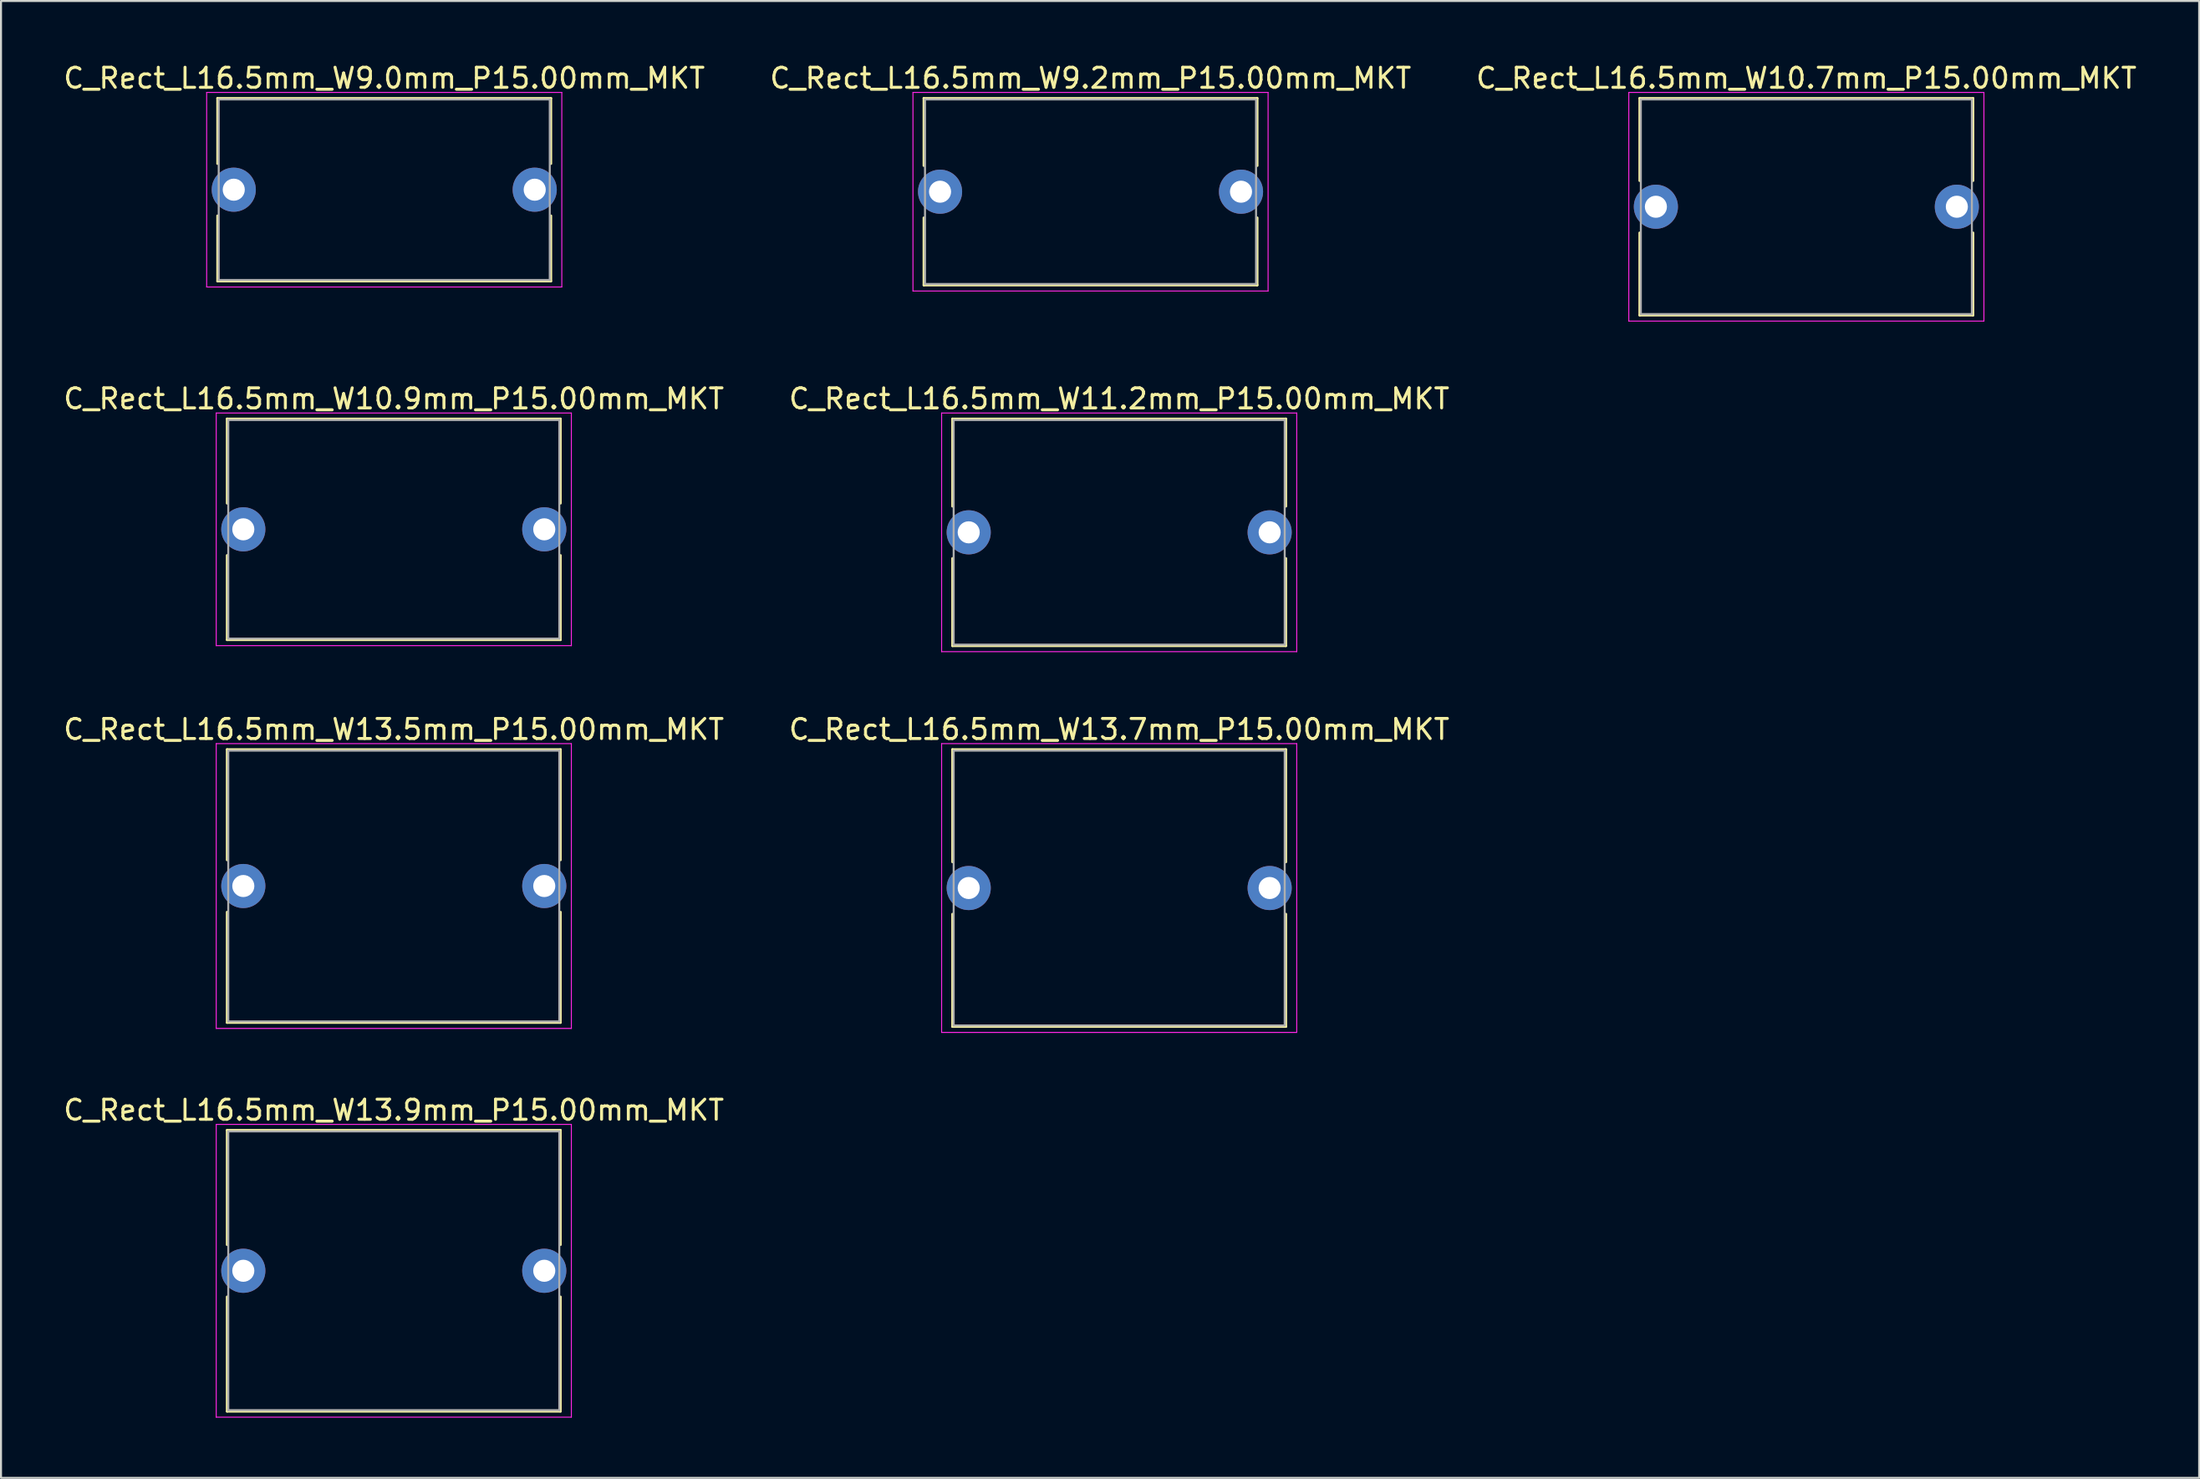
<source format=kicad_pcb>
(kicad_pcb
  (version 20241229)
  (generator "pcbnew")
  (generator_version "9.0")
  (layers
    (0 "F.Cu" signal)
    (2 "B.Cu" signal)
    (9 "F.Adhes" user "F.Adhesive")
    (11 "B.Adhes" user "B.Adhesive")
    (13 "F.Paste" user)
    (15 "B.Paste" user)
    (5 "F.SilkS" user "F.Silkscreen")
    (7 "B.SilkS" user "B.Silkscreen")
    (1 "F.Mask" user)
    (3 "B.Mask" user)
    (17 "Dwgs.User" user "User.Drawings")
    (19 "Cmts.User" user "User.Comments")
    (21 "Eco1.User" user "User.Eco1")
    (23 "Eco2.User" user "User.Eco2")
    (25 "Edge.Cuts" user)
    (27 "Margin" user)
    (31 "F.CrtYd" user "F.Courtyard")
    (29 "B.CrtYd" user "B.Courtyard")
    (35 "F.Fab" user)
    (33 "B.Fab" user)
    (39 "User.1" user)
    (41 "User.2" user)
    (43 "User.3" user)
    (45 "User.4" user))
  (footprint "C_Rect_L16.5mm_W13.9mm_P15.00mm_MKT"
    (layer "F.Cu")
    (at 9.077 60.308)
    (property "Reference" "C_Rect_L16.5mm_W13.9mm_P15.00mm_MKT" (at 7.5 -8.01 0) (layer "F.SilkS") (effects (font (size 1 1) (thickness 0.15))))
    (attr through_hole)
    (fp_line (start -0.81 -7.01) (end -0.81 -1.296) (stroke (width 0.12) (type solid)) (layer "F.SilkS"))
    (fp_line (start -0.81 -7.01) (end 15.81 -7.01) (stroke (width 0.12) (type solid)) (layer "F.SilkS"))
    (fp_line (start -0.81 1.296) (end -0.81 7.01) (stroke (width 0.12) (type solid)) (layer "F.SilkS"))
    (fp_line (start -0.81 7.01) (end 15.81 7.01) (stroke (width 0.12) (type solid)) (layer "F.SilkS"))
    (fp_line (start 15.81 -7.01) (end 15.81 -1.296) (stroke (width 0.12) (type solid)) (layer "F.SilkS"))
    (fp_line (start 15.81 1.296) (end 15.81 7.01) (stroke (width 0.12) (type solid)) (layer "F.SilkS"))
    (fp_line (start -1.35 -7.3) (end -1.35 7.3) (stroke (width 0.05) (type solid)) (layer "F.CrtYd"))
    (fp_line (start -1.35 7.3) (end 16.35 7.3) (stroke (width 0.05) (type solid)) (layer "F.CrtYd"))
    (fp_line (start 16.35 -7.3) (end -1.35 -7.3) (stroke (width 0.05) (type solid)) (layer "F.CrtYd"))
    (fp_line (start 16.35 7.3) (end 16.35 -7.3) (stroke (width 0.05) (type solid)) (layer "F.CrtYd"))
    (fp_line (start -0.75 -6.95) (end -0.75 6.95) (stroke (width 0.1) (type solid)) (layer "F.Fab"))
    (fp_line (start -0.75 6.95) (end 15.75 6.95) (stroke (width 0.1) (type solid)) (layer "F.Fab"))
    (fp_line (start 15.75 -6.95) (end -0.75 -6.95) (stroke (width 0.1) (type solid)) (layer "F.Fab"))
    (fp_line (start 15.75 6.95) (end 15.75 -6.95) (stroke (width 0.1) (type solid)) (layer "F.Fab"))
    (pad "1" thru_hole circle (at 0 0) (size 2.2 2.2) (drill 1.1) (layers "*.Cu" "*.Mask"))
    (pad "2" thru_hole circle (at 15 0) (size 2.2 2.2) (drill 1.1) (layers "*.Cu" "*.Mask")))
  (footprint "C_Rect_L16.5mm_W11.2mm_P15.00mm_MKT"
    (layer "F.Cu")
    (at 45.232 23.491)
    (property "Reference" "C_Rect_L16.5mm_W11.2mm_P15.00mm_MKT" (at 7.5 -6.66 0) (layer "F.SilkS") (effects (font (size 1 1) (thickness 0.15))))
    (attr through_hole)
    (fp_line (start -0.81 -5.66) (end -0.81 -1.296) (stroke (width 0.12) (type solid)) (layer "F.SilkS"))
    (fp_line (start -0.81 -5.66) (end 15.81 -5.66) (stroke (width 0.12) (type solid)) (layer "F.SilkS"))
    (fp_line (start -0.81 1.296) (end -0.81 5.66) (stroke (width 0.12) (type solid)) (layer "F.SilkS"))
    (fp_line (start -0.81 5.66) (end 15.81 5.66) (stroke (width 0.12) (type solid)) (layer "F.SilkS"))
    (fp_line (start 15.81 -5.66) (end 15.81 -1.296) (stroke (width 0.12) (type solid)) (layer "F.SilkS"))
    (fp_line (start 15.81 1.296) (end 15.81 5.66) (stroke (width 0.12) (type solid)) (layer "F.SilkS"))
    (fp_line (start -1.35 -5.95) (end -1.35 5.95) (stroke (width 0.05) (type solid)) (layer "F.CrtYd"))
    (fp_line (start -1.35 5.95) (end 16.35 5.95) (stroke (width 0.05) (type solid)) (layer "F.CrtYd"))
    (fp_line (start 16.35 -5.95) (end -1.35 -5.95) (stroke (width 0.05) (type solid)) (layer "F.CrtYd"))
    (fp_line (start 16.35 5.95) (end 16.35 -5.95) (stroke (width 0.05) (type solid)) (layer "F.CrtYd"))
    (fp_line (start -0.75 -5.6) (end -0.75 5.6) (stroke (width 0.1) (type solid)) (layer "F.Fab"))
    (fp_line (start -0.75 5.6) (end 15.75 5.6) (stroke (width 0.1) (type solid)) (layer "F.Fab"))
    (fp_line (start 15.75 -5.6) (end -0.75 -5.6) (stroke (width 0.1) (type solid)) (layer "F.Fab"))
    (fp_line (start 15.75 5.6) (end 15.75 -5.6) (stroke (width 0.1) (type solid)) (layer "F.Fab"))
    (pad "1" thru_hole circle (at 0 0) (size 2.2 2.2) (drill 1.1) (layers "*.Cu" "*.Mask"))
    (pad "2" thru_hole circle (at 15 0) (size 2.2 2.2) (drill 1.1) (layers "*.Cu" "*.Mask")))
  (footprint "C_Rect_L16.5mm_W10.9mm_P15.00mm_MKT"
    (layer "F.Cu")
    (at 9.077 23.341)
    (property "Reference" "C_Rect_L16.5mm_W10.9mm_P15.00mm_MKT" (at 7.5 -6.51 0) (layer "F.SilkS") (effects (font (size 1 1) (thickness 0.15))))
    (attr through_hole)
    (fp_line (start -0.81 -5.51) (end -0.81 -1.296) (stroke (width 0.12) (type solid)) (layer "F.SilkS"))
    (fp_line (start -0.81 -5.51) (end 15.81 -5.51) (stroke (width 0.12) (type solid)) (layer "F.SilkS"))
    (fp_line (start -0.81 1.296) (end -0.81 5.51) (stroke (width 0.12) (type solid)) (layer "F.SilkS"))
    (fp_line (start -0.81 5.51) (end 15.81 5.51) (stroke (width 0.12) (type solid)) (layer "F.SilkS"))
    (fp_line (start 15.81 -5.51) (end 15.81 -1.296) (stroke (width 0.12) (type solid)) (layer "F.SilkS"))
    (fp_line (start 15.81 1.296) (end 15.81 5.51) (stroke (width 0.12) (type solid)) (layer "F.SilkS"))
    (fp_line (start -1.35 -5.8) (end -1.35 5.8) (stroke (width 0.05) (type solid)) (layer "F.CrtYd"))
    (fp_line (start -1.35 5.8) (end 16.35 5.8) (stroke (width 0.05) (type solid)) (layer "F.CrtYd"))
    (fp_line (start 16.35 -5.8) (end -1.35 -5.8) (stroke (width 0.05) (type solid)) (layer "F.CrtYd"))
    (fp_line (start 16.35 5.8) (end 16.35 -5.8) (stroke (width 0.05) (type solid)) (layer "F.CrtYd"))
    (fp_line (start -0.75 -5.45) (end -0.75 5.45) (stroke (width 0.1) (type solid)) (layer "F.Fab"))
    (fp_line (start -0.75 5.45) (end 15.75 5.45) (stroke (width 0.1) (type solid)) (layer "F.Fab"))
    (fp_line (start 15.75 -5.45) (end -0.75 -5.45) (stroke (width 0.1) (type solid)) (layer "F.Fab"))
    (fp_line (start 15.75 5.45) (end 15.75 -5.45) (stroke (width 0.1) (type solid)) (layer "F.Fab"))
    (pad "1" thru_hole circle (at 0 0) (size 2.2 2.2) (drill 1.1) (layers "*.Cu" "*.Mask"))
    (pad "2" thru_hole circle (at 15 0) (size 2.2 2.2) (drill 1.1) (layers "*.Cu" "*.Mask")))
  (footprint "C_Rect_L16.5mm_W13.7mm_P15.00mm_MKT"
    (layer "F.Cu")
    (at 45.232 41.225)
    (property "Reference" "C_Rect_L16.5mm_W13.7mm_P15.00mm_MKT" (at 7.5 -7.91 0) (layer "F.SilkS") (effects (font (size 1 1) (thickness 0.15))))
    (attr through_hole)
    (fp_line (start -0.81 -6.91) (end -0.81 -1.296) (stroke (width 0.12) (type solid)) (layer "F.SilkS"))
    (fp_line (start -0.81 -6.91) (end 15.81 -6.91) (stroke (width 0.12) (type solid)) (layer "F.SilkS"))
    (fp_line (start -0.81 1.296) (end -0.81 6.91) (stroke (width 0.12) (type solid)) (layer "F.SilkS"))
    (fp_line (start -0.81 6.91) (end 15.81 6.91) (stroke (width 0.12) (type solid)) (layer "F.SilkS"))
    (fp_line (start 15.81 -6.91) (end 15.81 -1.296) (stroke (width 0.12) (type solid)) (layer "F.SilkS"))
    (fp_line (start 15.81 1.296) (end 15.81 6.91) (stroke (width 0.12) (type solid)) (layer "F.SilkS"))
    (fp_line (start -1.35 -7.2) (end -1.35 7.2) (stroke (width 0.05) (type solid)) (layer "F.CrtYd"))
    (fp_line (start -1.35 7.2) (end 16.35 7.2) (stroke (width 0.05) (type solid)) (layer "F.CrtYd"))
    (fp_line (start 16.35 -7.2) (end -1.35 -7.2) (stroke (width 0.05) (type solid)) (layer "F.CrtYd"))
    (fp_line (start 16.35 7.2) (end 16.35 -7.2) (stroke (width 0.05) (type solid)) (layer "F.CrtYd"))
    (fp_line (start -0.75 -6.85) (end -0.75 6.85) (stroke (width 0.1) (type solid)) (layer "F.Fab"))
    (fp_line (start -0.75 6.85) (end 15.75 6.85) (stroke (width 0.1) (type solid)) (layer "F.Fab"))
    (fp_line (start 15.75 -6.85) (end -0.75 -6.85) (stroke (width 0.1) (type solid)) (layer "F.Fab"))
    (fp_line (start 15.75 6.85) (end 15.75 -6.85) (stroke (width 0.1) (type solid)) (layer "F.Fab"))
    (pad "1" thru_hole circle (at 0 0) (size 2.2 2.2) (drill 1.1) (layers "*.Cu" "*.Mask"))
    (pad "2" thru_hole circle (at 15 0) (size 2.2 2.2) (drill 1.1) (layers "*.Cu" "*.Mask")))
  (footprint "C_Rect_L16.5mm_W13.5mm_P15.00mm_MKT"
    (layer "F.Cu")
    (at 9.077 41.125)
    (property "Reference" "C_Rect_L16.5mm_W13.5mm_P15.00mm_MKT" (at 7.5 -7.81 0) (layer "F.SilkS") (effects (font (size 1 1) (thickness 0.15))))
    (attr through_hole)
    (fp_line (start -0.81 -6.81) (end -0.81 -1.296) (stroke (width 0.12) (type solid)) (layer "F.SilkS"))
    (fp_line (start -0.81 -6.81) (end 15.81 -6.81) (stroke (width 0.12) (type solid)) (layer "F.SilkS"))
    (fp_line (start -0.81 1.296) (end -0.81 6.81) (stroke (width 0.12) (type solid)) (layer "F.SilkS"))
    (fp_line (start -0.81 6.81) (end 15.81 6.81) (stroke (width 0.12) (type solid)) (layer "F.SilkS"))
    (fp_line (start 15.81 -6.81) (end 15.81 -1.296) (stroke (width 0.12) (type solid)) (layer "F.SilkS"))
    (fp_line (start 15.81 1.296) (end 15.81 6.81) (stroke (width 0.12) (type solid)) (layer "F.SilkS"))
    (fp_line (start -1.35 -7.1) (end -1.35 7.1) (stroke (width 0.05) (type solid)) (layer "F.CrtYd"))
    (fp_line (start -1.35 7.1) (end 16.35 7.1) (stroke (width 0.05) (type solid)) (layer "F.CrtYd"))
    (fp_line (start 16.35 -7.1) (end -1.35 -7.1) (stroke (width 0.05) (type solid)) (layer "F.CrtYd"))
    (fp_line (start 16.35 7.1) (end 16.35 -7.1) (stroke (width 0.05) (type solid)) (layer "F.CrtYd"))
    (fp_line (start -0.75 -6.75) (end -0.75 6.75) (stroke (width 0.1) (type solid)) (layer "F.Fab"))
    (fp_line (start -0.75 6.75) (end 15.75 6.75) (stroke (width 0.1) (type solid)) (layer "F.Fab"))
    (fp_line (start 15.75 -6.75) (end -0.75 -6.75) (stroke (width 0.1) (type solid)) (layer "F.Fab"))
    (fp_line (start 15.75 6.75) (end 15.75 -6.75) (stroke (width 0.1) (type solid)) (layer "F.Fab"))
    (pad "1" thru_hole circle (at 0 0) (size 2.2 2.2) (drill 1.1) (layers "*.Cu" "*.Mask"))
    (pad "2" thru_hole circle (at 15 0) (size 2.2 2.2) (drill 1.1) (layers "*.Cu" "*.Mask")))
  (footprint "C_Rect_L16.5mm_W10.7mm_P15.00mm_MKT"
    (layer "F.Cu")
    (at 79.482 7.258)
    (property "Reference" "C_Rect_L16.5mm_W10.7mm_P15.00mm_MKT" (at 7.5 -6.41 0) (layer "F.SilkS") (effects (font (size 1 1) (thickness 0.15))))
    (attr through_hole)
    (fp_line (start -0.81 -5.41) (end -0.81 -1.296) (stroke (width 0.12) (type solid)) (layer "F.SilkS"))
    (fp_line (start -0.81 -5.41) (end 15.81 -5.41) (stroke (width 0.12) (type solid)) (layer "F.SilkS"))
    (fp_line (start -0.81 1.296) (end -0.81 5.41) (stroke (width 0.12) (type solid)) (layer "F.SilkS"))
    (fp_line (start -0.81 5.41) (end 15.81 5.41) (stroke (width 0.12) (type solid)) (layer "F.SilkS"))
    (fp_line (start 15.81 -5.41) (end 15.81 -1.296) (stroke (width 0.12) (type solid)) (layer "F.SilkS"))
    (fp_line (start 15.81 1.296) (end 15.81 5.41) (stroke (width 0.12) (type solid)) (layer "F.SilkS"))
    (fp_line (start -1.35 -5.7) (end -1.35 5.7) (stroke (width 0.05) (type solid)) (layer "F.CrtYd"))
    (fp_line (start -1.35 5.7) (end 16.35 5.7) (stroke (width 0.05) (type solid)) (layer "F.CrtYd"))
    (fp_line (start 16.35 -5.7) (end -1.35 -5.7) (stroke (width 0.05) (type solid)) (layer "F.CrtYd"))
    (fp_line (start 16.35 5.7) (end 16.35 -5.7) (stroke (width 0.05) (type solid)) (layer "F.CrtYd"))
    (fp_line (start -0.75 -5.35) (end -0.75 5.35) (stroke (width 0.1) (type solid)) (layer "F.Fab"))
    (fp_line (start -0.75 5.35) (end 15.75 5.35) (stroke (width 0.1) (type solid)) (layer "F.Fab"))
    (fp_line (start 15.75 -5.35) (end -0.75 -5.35) (stroke (width 0.1) (type solid)) (layer "F.Fab"))
    (fp_line (start 15.75 5.35) (end 15.75 -5.35) (stroke (width 0.1) (type solid)) (layer "F.Fab"))
    (pad "1" thru_hole circle (at 0 0) (size 2.2 2.2) (drill 1.1) (layers "*.Cu" "*.Mask"))
    (pad "2" thru_hole circle (at 15 0) (size 2.2 2.2) (drill 1.1) (layers "*.Cu" "*.Mask")))
  (footprint "C_Rect_L16.5mm_W9.0mm_P15.00mm_MKT"
    (layer "F.Cu")
    (at 8.601 6.408)
    (property "Reference" "C_Rect_L16.5mm_W9.0mm_P15.00mm_MKT" (at 7.5 -5.56 0) (layer "F.SilkS") (effects (font (size 1 1) (thickness 0.15))))
    (attr through_hole)
    (fp_line (start -0.81 -4.56) (end -0.81 -1.296) (stroke (width 0.12) (type solid)) (layer "F.SilkS"))
    (fp_line (start -0.81 -4.56) (end 15.81 -4.56) (stroke (width 0.12) (type solid)) (layer "F.SilkS"))
    (fp_line (start -0.81 1.296) (end -0.81 4.56) (stroke (width 0.12) (type solid)) (layer "F.SilkS"))
    (fp_line (start -0.81 4.56) (end 15.81 4.56) (stroke (width 0.12) (type solid)) (layer "F.SilkS"))
    (fp_line (start 15.81 -4.56) (end 15.81 -1.296) (stroke (width 0.12) (type solid)) (layer "F.SilkS"))
    (fp_line (start 15.81 1.296) (end 15.81 4.56) (stroke (width 0.12) (type solid)) (layer "F.SilkS"))
    (fp_line (start -1.35 -4.85) (end -1.35 4.85) (stroke (width 0.05) (type solid)) (layer "F.CrtYd"))
    (fp_line (start -1.35 4.85) (end 16.35 4.85) (stroke (width 0.05) (type solid)) (layer "F.CrtYd"))
    (fp_line (start 16.35 -4.85) (end -1.35 -4.85) (stroke (width 0.05) (type solid)) (layer "F.CrtYd"))
    (fp_line (start 16.35 4.85) (end 16.35 -4.85) (stroke (width 0.05) (type solid)) (layer "F.CrtYd"))
    (fp_line (start -0.75 -4.5) (end -0.75 4.5) (stroke (width 0.1) (type solid)) (layer "F.Fab"))
    (fp_line (start -0.75 4.5) (end 15.75 4.5) (stroke (width 0.1) (type solid)) (layer "F.Fab"))
    (fp_line (start 15.75 -4.5) (end -0.75 -4.5) (stroke (width 0.1) (type solid)) (layer "F.Fab"))
    (fp_line (start 15.75 4.5) (end 15.75 -4.5) (stroke (width 0.1) (type solid)) (layer "F.Fab"))
    (pad "1" thru_hole circle (at 0 0) (size 2.2 2.2) (drill 1.1) (layers "*.Cu" "*.Mask"))
    (pad "2" thru_hole circle (at 15 0) (size 2.2 2.2) (drill 1.1) (layers "*.Cu" "*.Mask")))
  (footprint "C_Rect_L16.5mm_W9.2mm_P15.00mm_MKT"
    (layer "F.Cu")
    (at 43.804 6.508)
    (property "Reference" "C_Rect_L16.5mm_W9.2mm_P15.00mm_MKT" (at 7.5 -5.66 0) (layer "F.SilkS") (effects (font (size 1 1) (thickness 0.15))))
    (attr through_hole)
    (fp_line (start -0.81 -4.66) (end -0.81 -1.296) (stroke (width 0.12) (type solid)) (layer "F.SilkS"))
    (fp_line (start -0.81 -4.66) (end 15.81 -4.66) (stroke (width 0.12) (type solid)) (layer "F.SilkS"))
    (fp_line (start -0.81 1.296) (end -0.81 4.66) (stroke (width 0.12) (type solid)) (layer "F.SilkS"))
    (fp_line (start -0.81 4.66) (end 15.81 4.66) (stroke (width 0.12) (type solid)) (layer "F.SilkS"))
    (fp_line (start 15.81 -4.66) (end 15.81 -1.296) (stroke (width 0.12) (type solid)) (layer "F.SilkS"))
    (fp_line (start 15.81 1.296) (end 15.81 4.66) (stroke (width 0.12) (type solid)) (layer "F.SilkS"))
    (fp_line (start -1.35 -4.95) (end -1.35 4.95) (stroke (width 0.05) (type solid)) (layer "F.CrtYd"))
    (fp_line (start -1.35 4.95) (end 16.35 4.95) (stroke (width 0.05) (type solid)) (layer "F.CrtYd"))
    (fp_line (start 16.35 -4.95) (end -1.35 -4.95) (stroke (width 0.05) (type solid)) (layer "F.CrtYd"))
    (fp_line (start 16.35 4.95) (end 16.35 -4.95) (stroke (width 0.05) (type solid)) (layer "F.CrtYd"))
    (fp_line (start -0.75 -4.6) (end -0.75 4.6) (stroke (width 0.1) (type solid)) (layer "F.Fab"))
    (fp_line (start -0.75 4.6) (end 15.75 4.6) (stroke (width 0.1) (type solid)) (layer "F.Fab"))
    (fp_line (start 15.75 -4.6) (end -0.75 -4.6) (stroke (width 0.1) (type solid)) (layer "F.Fab"))
    (fp_line (start 15.75 4.6) (end 15.75 -4.6) (stroke (width 0.1) (type solid)) (layer "F.Fab"))
    (pad "1" thru_hole circle (at 0 0) (size 2.2 2.2) (drill 1.1) (layers "*.Cu" "*.Mask"))
    (pad "2" thru_hole circle (at 15 0) (size 2.2 2.2) (drill 1.1) (layers "*.Cu" "*.Mask")))
  (gr_rect
    (start -3 -3)
    (end 106.56 70.633)
    (stroke (width 0.1) (type default))
    (fill no)
    (layer "Edge.Cuts")))
</source>
